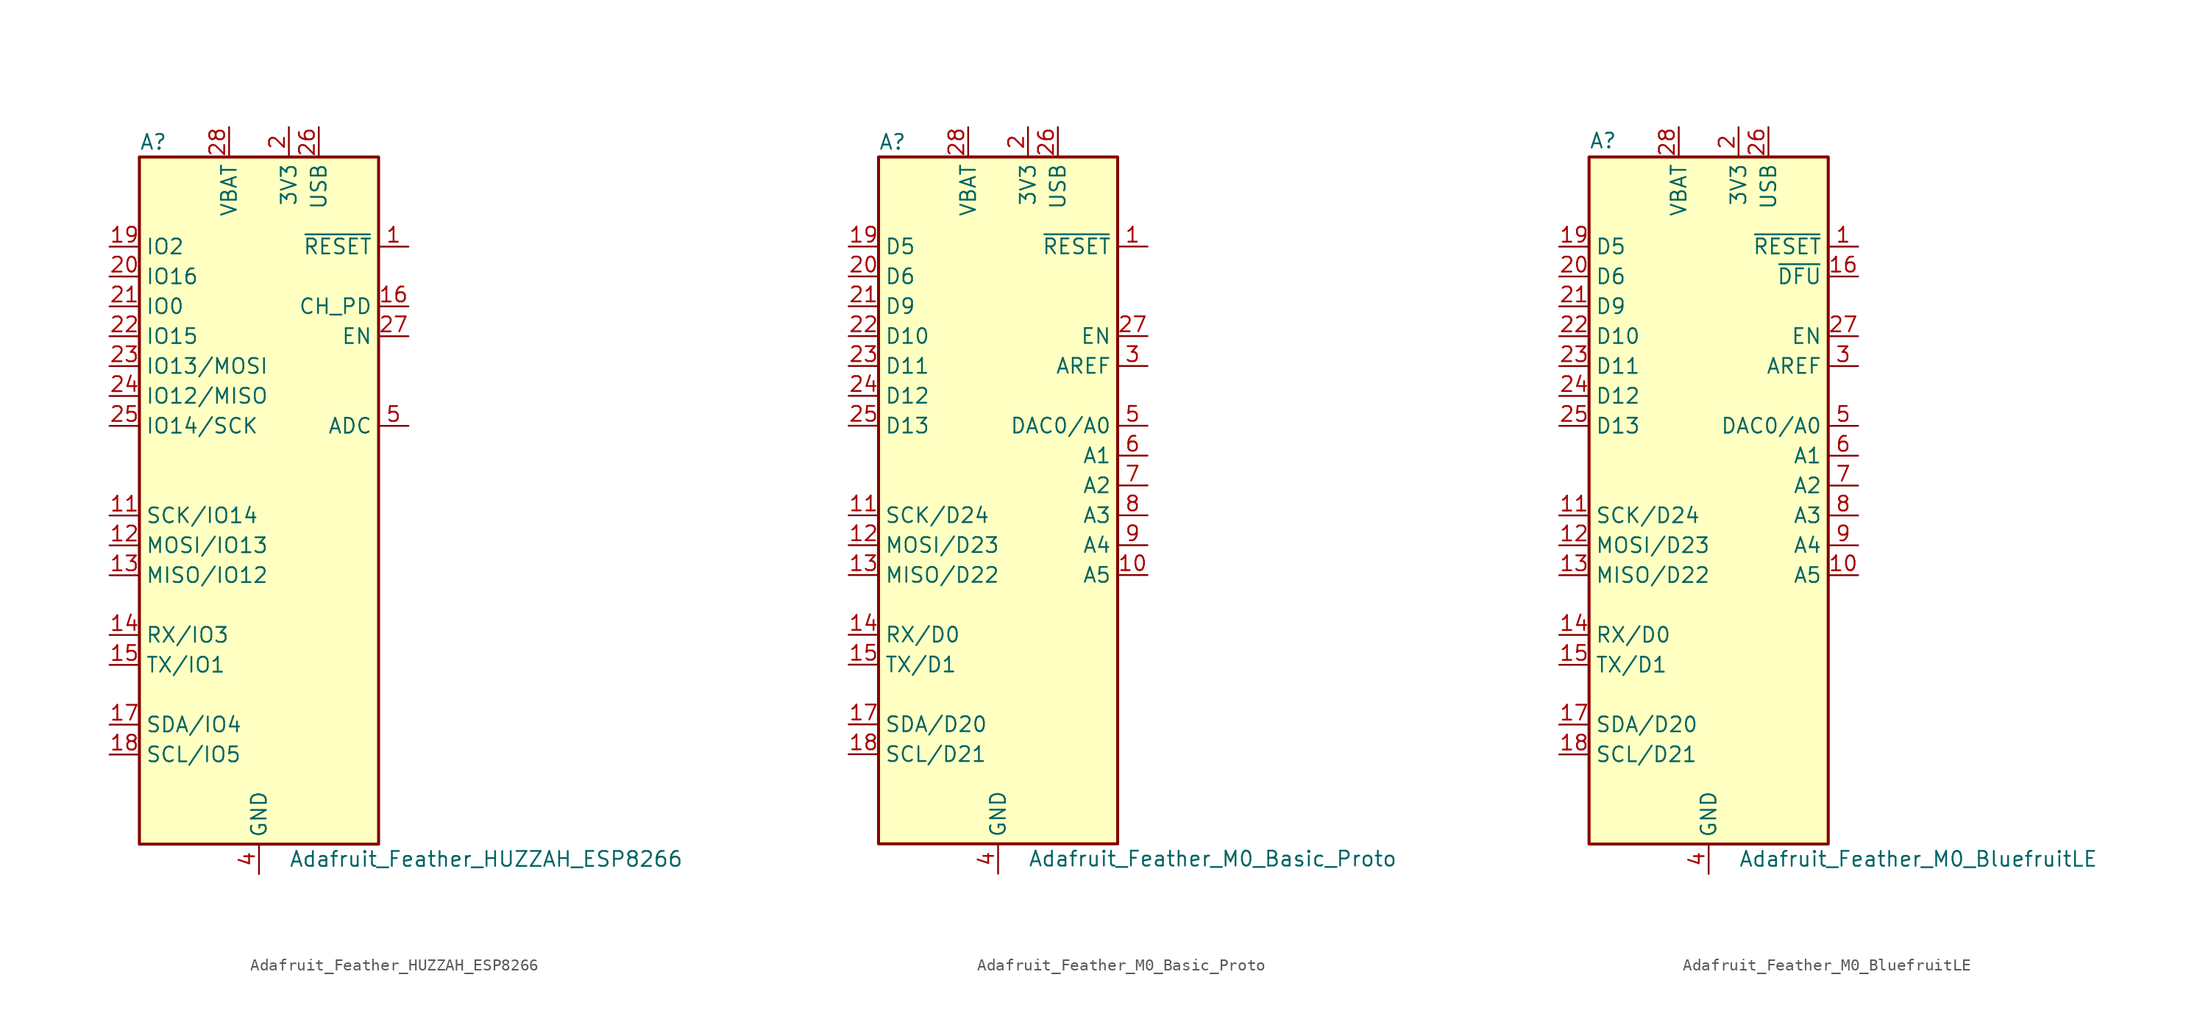
<source format=kicad_sym>
(kicad_symbol_lib
  (version 20201005)
  (generator kicad_symbol_editor)
  (symbol "Adafruit_Feather_HUZZAH_ESP8266"
    (property "Reference" "A"
      (at -10.16 29.21 0)
      (effects (font (size 1.27 1.27)) (justify left)))
    (property "Value" "Adafruit_Feather_HUZZAH_ESP8266"
      (at 2.54 -31.75 0)
      (effects (font (size 1.27 1.27)) (justify left)))
    (symbol "Adafruit_Feather_HUZZAH_ESP8266_0_1"
      (rectangle (start -10.16 27.94) (end 10.16 -30.48) (stroke (width 0.254)) (fill (type background))))
    (symbol "Adafruit_Feather_HUZZAH_ESP8266_1_1"
      (pin input line (at 12.7 20.32 180) (length 2.54) (name "~RESET" (effects (font (size 1.27 1.27)))) (number "1" (effects (font (size 1.27 1.27)))))
      (pin no_connect line (at 10.16 -7.62 180) (length 2.54) hide (name "NC" (effects (font (size 1.27 1.27)))) (number "10" (effects (font (size 1.27 1.27)))))
      (pin bidirectional line (at -12.7 -2.54 0) (length 2.54) (name "SCK/IO14" (effects (font (size 1.27 1.27)))) (number "11" (effects (font (size 1.27 1.27)))))
      (pin bidirectional line (at -12.7 -5.08 0) (length 2.54) (name "MOSI/IO13" (effects (font (size 1.27 1.27)))) (number "12" (effects (font (size 1.27 1.27)))))
      (pin bidirectional line (at -12.7 -7.62 0) (length 2.54) (name "MISO/IO12" (effects (font (size 1.27 1.27)))) (number "13" (effects (font (size 1.27 1.27)))))
      (pin bidirectional line (at -12.7 -12.7 0) (length 2.54) (name "RX/IO3" (effects (font (size 1.27 1.27)))) (number "14" (effects (font (size 1.27 1.27)))))
      (pin bidirectional line (at -12.7 -15.24 0) (length 2.54) (name "TX/IO1" (effects (font (size 1.27 1.27)))) (number "15" (effects (font (size 1.27 1.27)))))
      (pin bidirectional line (at 12.7 15.24 180) (length 2.54) (name "CH_PD" (effects (font (size 1.27 1.27)))) (number "16" (effects (font (size 1.27 1.27)))))
      (pin bidirectional line (at -12.7 -20.32 0) (length 2.54) (name "SDA/IO4" (effects (font (size 1.27 1.27)))) (number "17" (effects (font (size 1.27 1.27)))))
      (pin bidirectional line (at -12.7 -22.86 0) (length 2.54) (name "SCL/IO5" (effects (font (size 1.27 1.27)))) (number "18" (effects (font (size 1.27 1.27)))))
      (pin bidirectional line (at -12.7 20.32 0) (length 2.54) (name "IO2" (effects (font (size 1.27 1.27)))) (number "19" (effects (font (size 1.27 1.27)))))
      (pin power_in line (at 2.54 30.48 270) (length 2.54) (name "3V3" (effects (font (size 1.27 1.27)))) (number "2" (effects (font (size 1.27 1.27)))))
      (pin bidirectional line (at -12.7 17.78 0) (length 2.54) (name "IO16" (effects (font (size 1.27 1.27)))) (number "20" (effects (font (size 1.27 1.27)))))
      (pin bidirectional line (at -12.7 15.24 0) (length 2.54) (name "IO0" (effects (font (size 1.27 1.27)))) (number "21" (effects (font (size 1.27 1.27)))))
      (pin bidirectional line (at -12.7 12.7 0) (length 2.54) (name "IO15" (effects (font (size 1.27 1.27)))) (number "22" (effects (font (size 1.27 1.27)))))
      (pin bidirectional line (at -12.7 10.16 0) (length 2.54) (name "IO13/MOSI" (effects (font (size 1.27 1.27)))) (number "23" (effects (font (size 1.27 1.27)))))
      (pin bidirectional line (at -12.7 7.62 0) (length 2.54) (name "IO12/MISO" (effects (font (size 1.27 1.27)))) (number "24" (effects (font (size 1.27 1.27)))))
      (pin bidirectional line (at -12.7 5.08 0) (length 2.54) (name "IO14/SCK" (effects (font (size 1.27 1.27)))) (number "25" (effects (font (size 1.27 1.27)))))
      (pin power_in line (at 5.08 30.48 270) (length 2.54) (name "USB" (effects (font (size 1.27 1.27)))) (number "26" (effects (font (size 1.27 1.27)))))
      (pin input line (at 12.7 12.7 180) (length 2.54) (name "EN" (effects (font (size 1.27 1.27)))) (number "27" (effects (font (size 1.27 1.27)))))
      (pin power_in line (at -2.54 30.48 270) (length 2.54) (name "VBAT" (effects (font (size 1.27 1.27)))) (number "28" (effects (font (size 1.27 1.27)))))
      (pin no_connect line (at 10.16 10.16 180) (length 2.54) hide (name "NC" (effects (font (size 1.27 1.27)))) (number "3" (effects (font (size 1.27 1.27)))))
      (pin power_in line (at 0 -33.02 90) (length 2.54) (name "GND" (effects (font (size 1.27 1.27)))) (number "4" (effects (font (size 1.27 1.27)))))
      (pin bidirectional line (at 12.7 5.08 180) (length 2.54) (name "ADC" (effects (font (size 1.27 1.27)))) (number "5" (effects (font (size 1.27 1.27)))))
      (pin no_connect line (at 10.16 2.54 180) (length 2.54) hide (name "NC" (effects (font (size 1.27 1.27)))) (number "6" (effects (font (size 1.27 1.27)))))
      (pin no_connect line (at 10.16 0 180) (length 2.54) hide (name "NC" (effects (font (size 1.27 1.27)))) (number "7" (effects (font (size 1.27 1.27)))))
      (pin no_connect line (at 10.16 -2.54 180) (length 2.54) hide (name "NC" (effects (font (size 1.27 1.27)))) (number "8" (effects (font (size 1.27 1.27)))))
      (pin no_connect line (at 10.16 -5.08 180) (length 2.54) hide (name "NC" (effects (font (size 1.27 1.27)))) (number "9" (effects (font (size 1.27 1.27)))))))
  (symbol "Adafruit_Feather_M0_Basic_Proto"
    (property "Reference" "A"
      (at -10.16 29.21 0)
      (effects (font (size 1.27 1.27)) (justify left)))
    (property "Value" "Adafruit_Feather_M0_Basic_Proto"
      (at 2.54 -31.75 0)
      (effects (font (size 1.27 1.27)) (justify left)))
    (symbol "Adafruit_Feather_M0_Basic_Proto_0_1"
      (rectangle (start -10.16 27.94) (end 10.16 -30.48) (stroke (width 0.254)) (fill (type background))))
    (symbol "Adafruit_Feather_M0_Basic_Proto_1_1"
      (pin input line (at 12.7 20.32 180) (length 2.54) (name "~RESET" (effects (font (size 1.27 1.27)))) (number "1" (effects (font (size 1.27 1.27)))))
      (pin bidirectional line (at 12.7 -7.62 180) (length 2.54) (name "A5" (effects (font (size 1.27 1.27)))) (number "10" (effects (font (size 1.27 1.27)))))
      (pin bidirectional line (at -12.7 -2.54 0) (length 2.54) (name "SCK/D24" (effects (font (size 1.27 1.27)))) (number "11" (effects (font (size 1.27 1.27)))))
      (pin bidirectional line (at -12.7 -5.08 0) (length 2.54) (name "MOSI/D23" (effects (font (size 1.27 1.27)))) (number "12" (effects (font (size 1.27 1.27)))))
      (pin bidirectional line (at -12.7 -7.62 0) (length 2.54) (name "MISO/D22" (effects (font (size 1.27 1.27)))) (number "13" (effects (font (size 1.27 1.27)))))
      (pin bidirectional line (at -12.7 -12.7 0) (length 2.54) (name "RX/D0" (effects (font (size 1.27 1.27)))) (number "14" (effects (font (size 1.27 1.27)))))
      (pin bidirectional line (at -12.7 -15.24 0) (length 2.54) (name "TX/D1" (effects (font (size 1.27 1.27)))) (number "15" (effects (font (size 1.27 1.27)))))
      (pin passive line (at 0 -33.02 90) (length 2.54) hide (name "GND" (effects (font (size 1.27 1.27)))) (number "16" (effects (font (size 1.27 1.27)))))
      (pin bidirectional line (at -12.7 -20.32 0) (length 2.54) (name "SDA/D20" (effects (font (size 1.27 1.27)))) (number "17" (effects (font (size 1.27 1.27)))))
      (pin bidirectional line (at -12.7 -22.86 0) (length 2.54) (name "SCL/D21" (effects (font (size 1.27 1.27)))) (number "18" (effects (font (size 1.27 1.27)))))
      (pin bidirectional line (at -12.7 20.32 0) (length 2.54) (name "D5" (effects (font (size 1.27 1.27)))) (number "19" (effects (font (size 1.27 1.27)))))
      (pin power_in line (at 2.54 30.48 270) (length 2.54) (name "3V3" (effects (font (size 1.27 1.27)))) (number "2" (effects (font (size 1.27 1.27)))))
      (pin bidirectional line (at -12.7 17.78 0) (length 2.54) (name "D6" (effects (font (size 1.27 1.27)))) (number "20" (effects (font (size 1.27 1.27)))))
      (pin bidirectional line (at -12.7 15.24 0) (length 2.54) (name "D9" (effects (font (size 1.27 1.27)))) (number "21" (effects (font (size 1.27 1.27)))))
      (pin bidirectional line (at -12.7 12.7 0) (length 2.54) (name "D10" (effects (font (size 1.27 1.27)))) (number "22" (effects (font (size 1.27 1.27)))))
      (pin bidirectional line (at -12.7 10.16 0) (length 2.54) (name "D11" (effects (font (size 1.27 1.27)))) (number "23" (effects (font (size 1.27 1.27)))))
      (pin bidirectional line (at -12.7 7.62 0) (length 2.54) (name "D12" (effects (font (size 1.27 1.27)))) (number "24" (effects (font (size 1.27 1.27)))))
      (pin bidirectional line (at -12.7 5.08 0) (length 2.54) (name "D13" (effects (font (size 1.27 1.27)))) (number "25" (effects (font (size 1.27 1.27)))))
      (pin power_in line (at 5.08 30.48 270) (length 2.54) (name "USB" (effects (font (size 1.27 1.27)))) (number "26" (effects (font (size 1.27 1.27)))))
      (pin input line (at 12.7 12.7 180) (length 2.54) (name "EN" (effects (font (size 1.27 1.27)))) (number "27" (effects (font (size 1.27 1.27)))))
      (pin power_in line (at -2.54 30.48 270) (length 2.54) (name "VBAT" (effects (font (size 1.27 1.27)))) (number "28" (effects (font (size 1.27 1.27)))))
      (pin input line (at 12.7 10.16 180) (length 2.54) (name "AREF" (effects (font (size 1.27 1.27)))) (number "3" (effects (font (size 1.27 1.27)))))
      (pin power_in line (at 0 -33.02 90) (length 2.54) (name "GND" (effects (font (size 1.27 1.27)))) (number "4" (effects (font (size 1.27 1.27)))))
      (pin bidirectional line (at 12.7 5.08 180) (length 2.54) (name "DAC0/A0" (effects (font (size 1.27 1.27)))) (number "5" (effects (font (size 1.27 1.27)))))
      (pin bidirectional line (at 12.7 2.54 180) (length 2.54) (name "A1" (effects (font (size 1.27 1.27)))) (number "6" (effects (font (size 1.27 1.27)))))
      (pin bidirectional line (at 12.7 0 180) (length 2.54) (name "A2" (effects (font (size 1.27 1.27)))) (number "7" (effects (font (size 1.27 1.27)))))
      (pin bidirectional line (at 12.7 -2.54 180) (length 2.54) (name "A3" (effects (font (size 1.27 1.27)))) (number "8" (effects (font (size 1.27 1.27)))))
      (pin bidirectional line (at 12.7 -5.08 180) (length 2.54) (name "A4" (effects (font (size 1.27 1.27)))) (number "9" (effects (font (size 1.27 1.27)))))))
  (symbol "Adafruit_Feather_M0_BluefruitLE"
    (property "Reference" "A"
      (at -10.16 28.575 0)
      (effects (font (size 1.27 1.27)) (justify left bottom)))
    (property "Value" "Adafruit_Feather_M0_BluefruitLE"
      (at 2.54 -31.75 0)
      (effects (font (size 1.27 1.27)) (justify left)))
    (symbol "Adafruit_Feather_M0_BluefruitLE_0_1"
      (rectangle (start -10.16 27.94) (end 10.16 -30.48) (stroke (width 0.254)) (fill (type background))))
    (symbol "Adafruit_Feather_M0_BluefruitLE_1_1"
      (pin input line (at 12.7 20.32 180) (length 2.54) (name "~RESET" (effects (font (size 1.27 1.27)))) (number "1" (effects (font (size 1.27 1.27)))))
      (pin bidirectional line (at 12.7 -7.62 180) (length 2.54) (name "A5" (effects (font (size 1.27 1.27)))) (number "10" (effects (font (size 1.27 1.27)))))
      (pin bidirectional line (at -12.7 -2.54 0) (length 2.54) (name "SCK/D24" (effects (font (size 1.27 1.27)))) (number "11" (effects (font (size 1.27 1.27)))))
      (pin bidirectional line (at -12.7 -5.08 0) (length 2.54) (name "MOSI/D23" (effects (font (size 1.27 1.27)))) (number "12" (effects (font (size 1.27 1.27)))))
      (pin bidirectional line (at -12.7 -7.62 0) (length 2.54) (name "MISO/D22" (effects (font (size 1.27 1.27)))) (number "13" (effects (font (size 1.27 1.27)))))
      (pin bidirectional line (at -12.7 -12.7 0) (length 2.54) (name "RX/D0" (effects (font (size 1.27 1.27)))) (number "14" (effects (font (size 1.27 1.27)))))
      (pin bidirectional line (at -12.7 -15.24 0) (length 2.54) (name "TX/D1" (effects (font (size 1.27 1.27)))) (number "15" (effects (font (size 1.27 1.27)))))
      (pin input line (at 12.7 17.78 180) (length 2.54) (name "~DFU" (effects (font (size 1.27 1.27)))) (number "16" (effects (font (size 1.27 1.27)))))
      (pin bidirectional line (at -12.7 -20.32 0) (length 2.54) (name "SDA/D20" (effects (font (size 1.27 1.27)))) (number "17" (effects (font (size 1.27 1.27)))))
      (pin bidirectional line (at -12.7 -22.86 0) (length 2.54) (name "SCL/D21" (effects (font (size 1.27 1.27)))) (number "18" (effects (font (size 1.27 1.27)))))
      (pin bidirectional line (at -12.7 20.32 0) (length 2.54) (name "D5" (effects (font (size 1.27 1.27)))) (number "19" (effects (font (size 1.27 1.27)))))
      (pin power_in line (at 2.54 30.48 270) (length 2.54) (name "3V3" (effects (font (size 1.27 1.27)))) (number "2" (effects (font (size 1.27 1.27)))))
      (pin bidirectional line (at -12.7 17.78 0) (length 2.54) (name "D6" (effects (font (size 1.27 1.27)))) (number "20" (effects (font (size 1.27 1.27)))))
      (pin bidirectional line (at -12.7 15.24 0) (length 2.54) (name "D9" (effects (font (size 1.27 1.27)))) (number "21" (effects (font (size 1.27 1.27)))))
      (pin bidirectional line (at -12.7 12.7 0) (length 2.54) (name "D10" (effects (font (size 1.27 1.27)))) (number "22" (effects (font (size 1.27 1.27)))))
      (pin bidirectional line (at -12.7 10.16 0) (length 2.54) (name "D11" (effects (font (size 1.27 1.27)))) (number "23" (effects (font (size 1.27 1.27)))))
      (pin bidirectional line (at -12.7 7.62 0) (length 2.54) (name "D12" (effects (font (size 1.27 1.27)))) (number "24" (effects (font (size 1.27 1.27)))))
      (pin bidirectional line (at -12.7 5.08 0) (length 2.54) (name "D13" (effects (font (size 1.27 1.27)))) (number "25" (effects (font (size 1.27 1.27)))))
      (pin power_in line (at 5.08 30.48 270) (length 2.54) (name "USB" (effects (font (size 1.27 1.27)))) (number "26" (effects (font (size 1.27 1.27)))))
      (pin input line (at 12.7 12.7 180) (length 2.54) (name "EN" (effects (font (size 1.27 1.27)))) (number "27" (effects (font (size 1.27 1.27)))))
      (pin power_in line (at -2.54 30.48 270) (length 2.54) (name "VBAT" (effects (font (size 1.27 1.27)))) (number "28" (effects (font (size 1.27 1.27)))))
      (pin input line (at 12.7 10.16 180) (length 2.54) (name "AREF" (effects (font (size 1.27 1.27)))) (number "3" (effects (font (size 1.27 1.27)))))
      (pin power_in line (at 0 -33.02 90) (length 2.54) (name "GND" (effects (font (size 1.27 1.27)))) (number "4" (effects (font (size 1.27 1.27)))))
      (pin bidirectional line (at 12.7 5.08 180) (length 2.54) (name "DAC0/A0" (effects (font (size 1.27 1.27)))) (number "5" (effects (font (size 1.27 1.27)))))
      (pin bidirectional line (at 12.7 2.54 180) (length 2.54) (name "A1" (effects (font (size 1.27 1.27)))) (number "6" (effects (font (size 1.27 1.27)))))
      (pin bidirectional line (at 12.7 0 180) (length 2.54) (name "A2" (effects (font (size 1.27 1.27)))) (number "7" (effects (font (size 1.27 1.27)))))
      (pin bidirectional line (at 12.7 -2.54 180) (length 2.54) (name "A3" (effects (font (size 1.27 1.27)))) (number "8" (effects (font (size 1.27 1.27)))))
      (pin bidirectional line (at 12.7 -5.08 180) (length 2.54) (name "A4" (effects (font (size 1.27 1.27)))) (number "9" (effects (font (size 1.27 1.27))))))))
</source>
